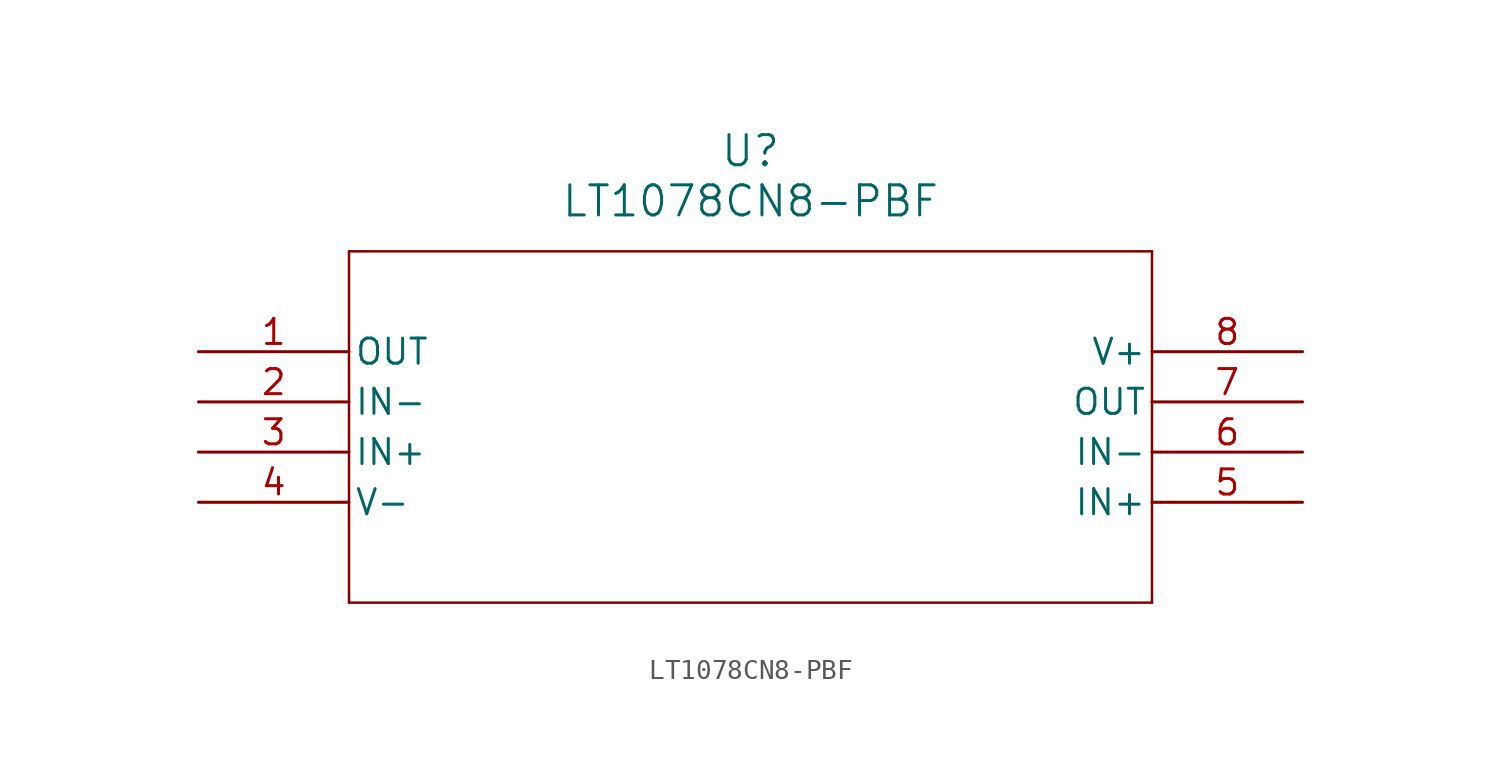
<source format=kicad_sym>
(kicad_symbol_lib
  (version 20211014)
  (generator kicad_symbol_editor)
  (symbol "LT1078CN8-PBF"
    (pin_names
      (offset 0.254))
    (property "Reference" "U"
      (at 27.94 10.16 0)
      (effects (font (size 1.524 1.524))))
    (property "Value" "LT1078CN8-PBF"
      (at 27.94 7.62 0)
      (effects (font (size 1.524 1.524))))
    (symbol "LT1078CN8-PBF_0_1"
      (polyline (pts (xy 7.62 5.08) (xy 7.62 -12.7)) (stroke (width 0.127) (type default) (color 0 0 0 0)) (fill (type none)))
      (polyline (pts (xy 7.62 -12.7) (xy 48.26 -12.7)) (stroke (width 0.127) (type default) (color 0 0 0 0)) (fill (type none)))
      (polyline (pts (xy 48.26 -12.7) (xy 48.26 5.08)) (stroke (width 0.127) (type default) (color 0 0 0 0)) (fill (type none)))
      (polyline (pts (xy 48.26 5.08) (xy 7.62 5.08)) (stroke (width 0.127) (type default) (color 0 0 0 0)) (fill (type none)))
      (pin output line (at 0 0 0) (length 7.62) (name "OUT" (effects (font (size 1.27 1.27)))) (number "1" (effects (font (size 1.27 1.27)))))
      (pin input line (at 0 -2.54 0) (length 7.62) (name "IN-" (effects (font (size 1.27 1.27)))) (number "2" (effects (font (size 1.27 1.27)))))
      (pin input line (at 0 -5.08 0) (length 7.62) (name "IN+" (effects (font (size 1.27 1.27)))) (number "3" (effects (font (size 1.27 1.27)))))
      (pin power_in line (at 0 -7.62 0) (length 7.62) (name "V-" (effects (font (size 1.27 1.27)))) (number "4" (effects (font (size 1.27 1.27)))))
      (pin input line (at 55.88 -7.62 180) (length 7.62) (name "IN+" (effects (font (size 1.27 1.27)))) (number "5" (effects (font (size 1.27 1.27)))))
      (pin input line (at 55.88 -5.08 180) (length 7.62) (name "IN-" (effects (font (size 1.27 1.27)))) (number "6" (effects (font (size 1.27 1.27)))))
      (pin output line (at 55.88 -2.54 180) (length 7.62) (name "OUT" (effects (font (size 1.27 1.27)))) (number "7" (effects (font (size 1.27 1.27)))))
      (pin power_in line (at 55.88 0 180) (length 7.62) (name "V+" (effects (font (size 1.27 1.27)))) (number "8" (effects (font (size 1.27 1.27))))))))
</source>
